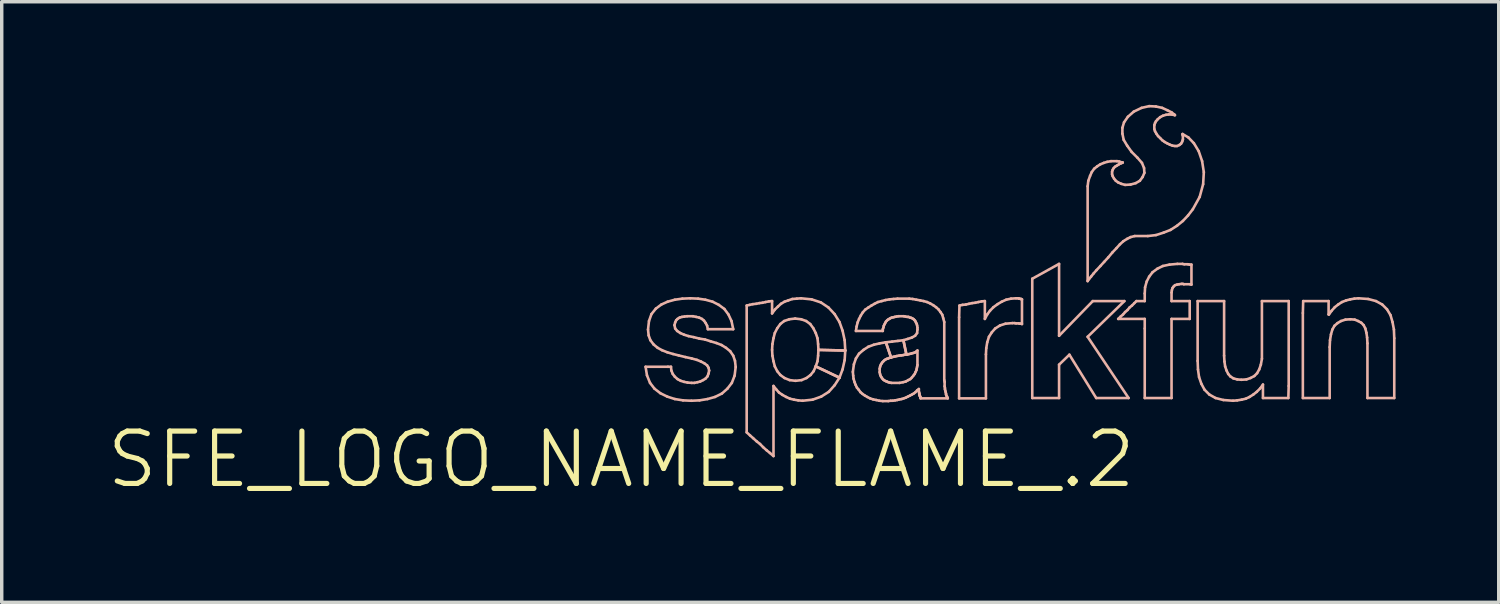
<source format=kicad_pcb>
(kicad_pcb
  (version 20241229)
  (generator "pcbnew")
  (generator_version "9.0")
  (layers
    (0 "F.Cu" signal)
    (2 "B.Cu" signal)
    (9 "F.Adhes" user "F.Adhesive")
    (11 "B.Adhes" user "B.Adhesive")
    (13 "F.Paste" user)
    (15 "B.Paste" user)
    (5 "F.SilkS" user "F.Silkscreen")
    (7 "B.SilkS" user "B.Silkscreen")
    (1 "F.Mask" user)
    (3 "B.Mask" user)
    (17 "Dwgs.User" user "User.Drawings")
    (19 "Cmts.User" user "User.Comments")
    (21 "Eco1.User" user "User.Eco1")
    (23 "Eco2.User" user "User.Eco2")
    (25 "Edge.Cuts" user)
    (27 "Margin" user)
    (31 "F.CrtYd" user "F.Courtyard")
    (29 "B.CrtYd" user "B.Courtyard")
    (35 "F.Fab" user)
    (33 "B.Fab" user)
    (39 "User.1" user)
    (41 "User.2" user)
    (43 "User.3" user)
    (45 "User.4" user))
  (footprint "SFE_LOGO_NAME_FLAME_.2"
    (layer "F.Cu")
    (at 15.022 10.317)
    (property "Reference" "SFE_LOGO_NAME_FLAME_.2" (at 0 0 0) (layer "F.SilkS") (effects (font (size 1.524 1.524) (thickness 0.15))))
    (attr exclude_from_pos_files exclude_from_bom)
    (fp_line (start 0.709 -2.697) (end 1.359 -2.697) (stroke (width 0.076) (type solid)) (layer "B.SilkS"))
    (fp_line (start 0.749 -2.449) (end 0.709 -2.697) (stroke (width 0.076) (type solid)) (layer "B.SilkS"))
    (fp_line (start 0.78 -3.78) (end 0.808 -4.028) (stroke (width 0.076) (type solid)) (layer "B.SilkS"))
    (fp_line (start 0.798 -3.609) (end 0.78 -3.78) (stroke (width 0.076) (type solid)) (layer "B.SilkS"))
    (fp_line (start 0.808 -4.028) (end 0.879 -4.229) (stroke (width 0.076) (type solid)) (layer "B.SilkS"))
    (fp_line (start 0.838 -2.228) (end 0.749 -2.449) (stroke (width 0.076) (type solid)) (layer "B.SilkS"))
    (fp_line (start 0.848 -3.47) (end 0.798 -3.609) (stroke (width 0.076) (type solid)) (layer "B.SilkS"))
    (fp_line (start 0.879 -4.229) (end 1.008 -4.389) (stroke (width 0.076) (type solid)) (layer "B.SilkS"))
    (fp_line (start 0.94 -3.348) (end 0.848 -3.47) (stroke (width 0.076) (type solid)) (layer "B.SilkS"))
    (fp_line (start 0.968 -2.06) (end 0.838 -2.228) (stroke (width 0.076) (type solid)) (layer "B.SilkS"))
    (fp_line (start 1.008 -4.389) (end 1.168 -4.508) (stroke (width 0.076) (type solid)) (layer "B.SilkS"))
    (fp_line (start 1.059 -3.249) (end 0.94 -3.348) (stroke (width 0.076) (type solid)) (layer "B.SilkS"))
    (fp_line (start 1.138 -1.928) (end 0.968 -2.06) (stroke (width 0.076) (type solid)) (layer "B.SilkS"))
    (fp_line (start 1.168 -4.508) (end 1.349 -4.59) (stroke (width 0.076) (type solid)) (layer "B.SilkS"))
    (fp_line (start 1.189 -3.178) (end 1.059 -3.249) (stroke (width 0.076) (type solid)) (layer "B.SilkS"))
    (fp_line (start 1.339 -3.119) (end 1.189 -3.178) (stroke (width 0.076) (type solid)) (layer "B.SilkS"))
    (fp_line (start 1.339 -1.829) (end 1.138 -1.928) (stroke (width 0.076) (type solid)) (layer "B.SilkS"))
    (fp_line (start 1.349 -4.59) (end 1.56 -4.648) (stroke (width 0.076) (type solid)) (layer "B.SilkS"))
    (fp_line (start 1.359 -2.697) (end 1.448 -2.697) (stroke (width 0.076) (type solid)) (layer "B.SilkS"))
    (fp_line (start 1.448 -2.697) (end 1.458 -2.588) (stroke (width 0.076) (type solid)) (layer "B.SilkS"))
    (fp_line (start 1.458 -2.588) (end 1.499 -2.489) (stroke (width 0.076) (type solid)) (layer "B.SilkS"))
    (fp_line (start 1.499 -2.489) (end 1.56 -2.408) (stroke (width 0.076) (type solid)) (layer "B.SilkS"))
    (fp_line (start 1.509 -3.068) (end 1.339 -3.119) (stroke (width 0.076) (type solid)) (layer "B.SilkS"))
    (fp_line (start 1.549 -3.909) (end 1.57 -3.81) (stroke (width 0.076) (type solid)) (layer "B.SilkS"))
    (fp_line (start 1.56 -4.648) (end 1.778 -4.679) (stroke (width 0.076) (type solid)) (layer "B.SilkS"))
    (fp_line (start 1.56 -2.408) (end 1.638 -2.339) (stroke (width 0.076) (type solid)) (layer "B.SilkS"))
    (fp_line (start 1.56 -1.758) (end 1.339 -1.829) (stroke (width 0.076) (type solid)) (layer "B.SilkS"))
    (fp_line (start 1.57 -3.988) (end 1.549 -3.909) (stroke (width 0.076) (type solid)) (layer "B.SilkS"))
    (fp_line (start 1.57 -3.81) (end 1.628 -3.739) (stroke (width 0.076) (type solid)) (layer "B.SilkS"))
    (fp_line (start 1.598 -4.049) (end 1.57 -3.988) (stroke (width 0.076) (type solid)) (layer "B.SilkS"))
    (fp_line (start 1.628 -3.739) (end 1.72 -3.678) (stroke (width 0.076) (type solid)) (layer "B.SilkS"))
    (fp_line (start 1.638 -4.089) (end 1.598 -4.049) (stroke (width 0.076) (type solid)) (layer "B.SilkS"))
    (fp_line (start 1.638 -2.339) (end 1.73 -2.289) (stroke (width 0.076) (type solid)) (layer "B.SilkS"))
    (fp_line (start 1.669 -3.028) (end 1.509 -3.068) (stroke (width 0.076) (type solid)) (layer "B.SilkS"))
    (fp_line (start 1.699 -4.128) (end 1.638 -4.089) (stroke (width 0.076) (type solid)) (layer "B.SilkS"))
    (fp_line (start 1.72 -3.678) (end 1.829 -3.63) (stroke (width 0.076) (type solid)) (layer "B.SilkS"))
    (fp_line (start 1.73 -2.289) (end 1.829 -2.258) (stroke (width 0.076) (type solid)) (layer "B.SilkS"))
    (fp_line (start 1.768 -4.148) (end 1.699 -4.128) (stroke (width 0.076) (type solid)) (layer "B.SilkS"))
    (fp_line (start 1.778 -4.679) (end 2.009 -4.689) (stroke (width 0.076) (type solid)) (layer "B.SilkS"))
    (fp_line (start 1.798 -1.72) (end 1.56 -1.758) (stroke (width 0.076) (type solid)) (layer "B.SilkS"))
    (fp_line (start 1.829 -3.63) (end 1.958 -3.589) (stroke (width 0.076) (type solid)) (layer "B.SilkS"))
    (fp_line (start 1.829 -2.258) (end 1.928 -2.238) (stroke (width 0.076) (type solid)) (layer "B.SilkS"))
    (fp_line (start 1.839 -4.158) (end 1.768 -4.148) (stroke (width 0.076) (type solid)) (layer "B.SilkS"))
    (fp_line (start 1.869 -2.979) (end 1.669 -3.028) (stroke (width 0.076) (type solid)) (layer "B.SilkS"))
    (fp_line (start 1.918 -4.168) (end 1.839 -4.158) (stroke (width 0.076) (type solid)) (layer "B.SilkS"))
    (fp_line (start 1.928 -2.238) (end 2.05 -2.228) (stroke (width 0.076) (type solid)) (layer "B.SilkS"))
    (fp_line (start 1.958 -3.589) (end 2.108 -3.559) (stroke (width 0.076) (type solid)) (layer "B.SilkS"))
    (fp_line (start 2.009 -4.689) (end 2.238 -4.679) (stroke (width 0.076) (type solid)) (layer "B.SilkS"))
    (fp_line (start 2.04 -1.709) (end 1.798 -1.72) (stroke (width 0.076) (type solid)) (layer "B.SilkS"))
    (fp_line (start 2.05 -2.939) (end 1.869 -2.979) (stroke (width 0.076) (type solid)) (layer "B.SilkS"))
    (fp_line (start 2.05 -2.228) (end 2.129 -2.228) (stroke (width 0.076) (type solid)) (layer "B.SilkS"))
    (fp_line (start 2.088 -4.168) (end 1.918 -4.168) (stroke (width 0.076) (type solid)) (layer "B.SilkS"))
    (fp_line (start 2.108 -3.559) (end 2.268 -3.518) (stroke (width 0.076) (type solid)) (layer "B.SilkS"))
    (fp_line (start 2.129 -2.228) (end 2.22 -2.248) (stroke (width 0.076) (type solid)) (layer "B.SilkS"))
    (fp_line (start 2.179 -4.148) (end 2.088 -4.168) (stroke (width 0.076) (type solid)) (layer "B.SilkS"))
    (fp_line (start 2.2 -2.898) (end 2.05 -2.939) (stroke (width 0.076) (type solid)) (layer "B.SilkS"))
    (fp_line (start 2.22 -2.248) (end 2.299 -2.268) (stroke (width 0.076) (type solid)) (layer "B.SilkS"))
    (fp_line (start 2.238 -4.679) (end 2.449 -4.648) (stroke (width 0.076) (type solid)) (layer "B.SilkS"))
    (fp_line (start 2.268 -4.128) (end 2.179 -4.148) (stroke (width 0.076) (type solid)) (layer "B.SilkS"))
    (fp_line (start 2.268 -3.518) (end 2.438 -3.49) (stroke (width 0.076) (type solid)) (layer "B.SilkS"))
    (fp_line (start 2.278 -1.72) (end 2.04 -1.709) (stroke (width 0.076) (type solid)) (layer "B.SilkS"))
    (fp_line (start 2.299 -2.268) (end 2.38 -2.309) (stroke (width 0.076) (type solid)) (layer "B.SilkS"))
    (fp_line (start 2.319 -2.85) (end 2.2 -2.898) (stroke (width 0.076) (type solid)) (layer "B.SilkS"))
    (fp_line (start 2.349 -4.089) (end 2.268 -4.128) (stroke (width 0.076) (type solid)) (layer "B.SilkS"))
    (fp_line (start 2.38 -2.309) (end 2.449 -2.349) (stroke (width 0.076) (type solid)) (layer "B.SilkS"))
    (fp_line (start 2.408 -4.039) (end 2.349 -4.089) (stroke (width 0.076) (type solid)) (layer "B.SilkS"))
    (fp_line (start 2.418 -2.799) (end 2.319 -2.85) (stroke (width 0.076) (type solid)) (layer "B.SilkS"))
    (fp_line (start 2.438 -3.49) (end 2.598 -3.439) (stroke (width 0.076) (type solid)) (layer "B.SilkS"))
    (fp_line (start 2.449 -4.648) (end 2.659 -4.59) (stroke (width 0.076) (type solid)) (layer "B.SilkS"))
    (fp_line (start 2.449 -2.349) (end 2.51 -2.418) (stroke (width 0.076) (type solid)) (layer "B.SilkS"))
    (fp_line (start 2.459 -3.967) (end 2.408 -4.039) (stroke (width 0.076) (type solid)) (layer "B.SilkS"))
    (fp_line (start 2.499 -3.889) (end 2.459 -3.967) (stroke (width 0.076) (type solid)) (layer "B.SilkS"))
    (fp_line (start 2.499 -2.738) (end 2.418 -2.799) (stroke (width 0.076) (type solid)) (layer "B.SilkS"))
    (fp_line (start 2.51 -2.418) (end 2.54 -2.499) (stroke (width 0.076) (type solid)) (layer "B.SilkS"))
    (fp_line (start 2.51 -1.758) (end 2.278 -1.72) (stroke (width 0.076) (type solid)) (layer "B.SilkS"))
    (fp_line (start 2.52 -3.79) (end 2.499 -3.889) (stroke (width 0.076) (type solid)) (layer "B.SilkS"))
    (fp_line (start 2.54 -2.67) (end 2.499 -2.738) (stroke (width 0.076) (type solid)) (layer "B.SilkS"))
    (fp_line (start 2.54 -2.499) (end 2.558 -2.588) (stroke (width 0.076) (type solid)) (layer "B.SilkS"))
    (fp_line (start 2.558 -2.588) (end 2.54 -2.67) (stroke (width 0.076) (type solid)) (layer "B.SilkS"))
    (fp_line (start 2.598 -3.439) (end 2.769 -3.388) (stroke (width 0.076) (type solid)) (layer "B.SilkS"))
    (fp_line (start 2.659 -4.59) (end 2.84 -4.498) (stroke (width 0.076) (type solid)) (layer "B.SilkS"))
    (fp_line (start 2.728 -1.819) (end 2.51 -1.758) (stroke (width 0.076) (type solid)) (layer "B.SilkS"))
    (fp_line (start 2.769 -3.388) (end 2.918 -3.33) (stroke (width 0.076) (type solid)) (layer "B.SilkS"))
    (fp_line (start 2.84 -4.498) (end 3 -4.379) (stroke (width 0.076) (type solid)) (layer "B.SilkS"))
    (fp_line (start 2.918 -3.33) (end 3.048 -3.249) (stroke (width 0.076) (type solid)) (layer "B.SilkS"))
    (fp_line (start 2.929 -1.918) (end 2.728 -1.819) (stroke (width 0.076) (type solid)) (layer "B.SilkS"))
    (fp_line (start 3 -4.379) (end 3.119 -4.219) (stroke (width 0.076) (type solid)) (layer "B.SilkS"))
    (fp_line (start 3.048 -3.249) (end 3.17 -3.15) (stroke (width 0.076) (type solid)) (layer "B.SilkS"))
    (fp_line (start 3.089 -2.06) (end 2.929 -1.918) (stroke (width 0.076) (type solid)) (layer "B.SilkS"))
    (fp_line (start 3.119 -4.219) (end 3.208 -4.028) (stroke (width 0.076) (type solid)) (layer "B.SilkS"))
    (fp_line (start 3.17 -3.15) (end 3.259 -3.018) (stroke (width 0.076) (type solid)) (layer "B.SilkS"))
    (fp_line (start 3.208 -4.028) (end 3.259 -3.79) (stroke (width 0.076) (type solid)) (layer "B.SilkS"))
    (fp_line (start 3.218 -2.228) (end 3.089 -2.06) (stroke (width 0.076) (type solid)) (layer "B.SilkS"))
    (fp_line (start 3.259 -3.79) (end 2.52 -3.79) (stroke (width 0.076) (type solid)) (layer "B.SilkS"))
    (fp_line (start 3.259 -3.018) (end 3.31 -2.868) (stroke (width 0.076) (type solid)) (layer "B.SilkS"))
    (fp_line (start 3.299 -2.438) (end 3.218 -2.228) (stroke (width 0.076) (type solid)) (layer "B.SilkS"))
    (fp_line (start 3.31 -2.868) (end 3.33 -2.69) (stroke (width 0.076) (type solid)) (layer "B.SilkS"))
    (fp_line (start 3.33 -2.69) (end 3.299 -2.438) (stroke (width 0.076) (type solid)) (layer "B.SilkS"))
    (fp_line (start 3.65 -4.478) (end 3.739 -4.498) (stroke (width 0.076) (type solid)) (layer "B.SilkS"))
    (fp_line (start 3.65 -0.79) (end 3.65 -4.478) (stroke (width 0.076) (type solid)) (layer "B.SilkS"))
    (fp_line (start 3.739 -4.498) (end 3.828 -4.519) (stroke (width 0.076) (type solid)) (layer "B.SilkS"))
    (fp_line (start 3.749 -0.699) (end 3.65 -0.79) (stroke (width 0.076) (type solid)) (layer "B.SilkS"))
    (fp_line (start 3.828 -4.519) (end 3.929 -4.529) (stroke (width 0.076) (type solid)) (layer "B.SilkS"))
    (fp_line (start 3.838 -0.62) (end 3.749 -0.699) (stroke (width 0.076) (type solid)) (layer "B.SilkS"))
    (fp_line (start 3.929 -4.529) (end 4.018 -4.549) (stroke (width 0.076) (type solid)) (layer "B.SilkS"))
    (fp_line (start 3.94 -0.528) (end 3.838 -0.62) (stroke (width 0.076) (type solid)) (layer "B.SilkS"))
    (fp_line (start 4.018 -4.549) (end 4.11 -4.559) (stroke (width 0.076) (type solid)) (layer "B.SilkS"))
    (fp_line (start 4.039 -0.45) (end 3.94 -0.528) (stroke (width 0.076) (type solid)) (layer "B.SilkS"))
    (fp_line (start 4.11 -4.559) (end 4.199 -4.58) (stroke (width 0.076) (type solid)) (layer "B.SilkS"))
    (fp_line (start 4.128 -0.358) (end 4.039 -0.45) (stroke (width 0.076) (type solid)) (layer "B.SilkS"))
    (fp_line (start 4.199 -4.58) (end 4.298 -4.6) (stroke (width 0.076) (type solid)) (layer "B.SilkS"))
    (fp_line (start 4.229 -0.269) (end 4.128 -0.358) (stroke (width 0.076) (type solid)) (layer "B.SilkS"))
    (fp_line (start 4.298 -4.6) (end 4.389 -4.608) (stroke (width 0.076) (type solid)) (layer "B.SilkS"))
    (fp_line (start 4.328 -0.188) (end 4.229 -0.269) (stroke (width 0.076) (type solid)) (layer "B.SilkS"))
    (fp_line (start 4.389 -4.608) (end 4.389 -4.249) (stroke (width 0.076) (type solid)) (layer "B.SilkS"))
    (fp_line (start 4.389 -4.249) (end 4.468 -4.359) (stroke (width 0.076) (type solid)) (layer "B.SilkS"))
    (fp_line (start 4.389 -3.188) (end 4.399 -3.018) (stroke (width 0.076) (type solid)) (layer "B.SilkS"))
    (fp_line (start 4.399 -3.358) (end 4.389 -3.188) (stroke (width 0.076) (type solid)) (layer "B.SilkS"))
    (fp_line (start 4.399 -3.018) (end 4.43 -2.857) (stroke (width 0.076) (type solid)) (layer "B.SilkS"))
    (fp_line (start 4.43 -3.528) (end 4.399 -3.358) (stroke (width 0.076) (type solid)) (layer "B.SilkS"))
    (fp_line (start 4.43 -2.857) (end 4.468 -2.708) (stroke (width 0.076) (type solid)) (layer "B.SilkS"))
    (fp_line (start 4.43 -2.139) (end 4.43 -0.099) (stroke (width 0.076) (type solid)) (layer "B.SilkS"))
    (fp_line (start 4.43 -0.099) (end 4.328 -0.188) (stroke (width 0.076) (type solid)) (layer "B.SilkS"))
    (fp_line (start 4.468 -4.359) (end 4.559 -4.448) (stroke (width 0.076) (type solid)) (layer "B.SilkS"))
    (fp_line (start 4.468 -3.678) (end 4.43 -3.528) (stroke (width 0.076) (type solid)) (layer "B.SilkS"))
    (fp_line (start 4.468 -2.708) (end 4.539 -2.568) (stroke (width 0.076) (type solid)) (layer "B.SilkS"))
    (fp_line (start 4.508 -2.04) (end 4.43 -2.139) (stroke (width 0.076) (type solid)) (layer "B.SilkS"))
    (fp_line (start 4.539 -3.818) (end 4.468 -3.678) (stroke (width 0.076) (type solid)) (layer "B.SilkS"))
    (fp_line (start 4.539 -2.568) (end 4.628 -2.459) (stroke (width 0.076) (type solid)) (layer "B.SilkS"))
    (fp_line (start 4.559 -4.448) (end 4.648 -4.529) (stroke (width 0.076) (type solid)) (layer "B.SilkS"))
    (fp_line (start 4.59 -1.948) (end 4.508 -2.04) (stroke (width 0.076) (type solid)) (layer "B.SilkS"))
    (fp_line (start 4.628 -3.94) (end 4.539 -3.818) (stroke (width 0.076) (type solid)) (layer "B.SilkS"))
    (fp_line (start 4.628 -2.459) (end 4.75 -2.37) (stroke (width 0.076) (type solid)) (layer "B.SilkS"))
    (fp_line (start 4.648 -4.529) (end 4.75 -4.59) (stroke (width 0.076) (type solid)) (layer "B.SilkS"))
    (fp_line (start 4.689 -1.88) (end 4.59 -1.948) (stroke (width 0.076) (type solid)) (layer "B.SilkS"))
    (fp_line (start 4.74 -4.028) (end 4.628 -3.94) (stroke (width 0.076) (type solid)) (layer "B.SilkS"))
    (fp_line (start 4.75 -4.59) (end 4.859 -4.628) (stroke (width 0.076) (type solid)) (layer "B.SilkS"))
    (fp_line (start 4.75 -2.37) (end 4.9 -2.309) (stroke (width 0.076) (type solid)) (layer "B.SilkS"))
    (fp_line (start 4.798 -1.819) (end 4.689 -1.88) (stroke (width 0.076) (type solid)) (layer "B.SilkS"))
    (fp_line (start 4.859 -4.628) (end 4.978 -4.669) (stroke (width 0.076) (type solid)) (layer "B.SilkS"))
    (fp_line (start 4.889 -4.079) (end 4.74 -4.028) (stroke (width 0.076) (type solid)) (layer "B.SilkS"))
    (fp_line (start 4.9 -2.309) (end 5.07 -2.289) (stroke (width 0.076) (type solid)) (layer "B.SilkS"))
    (fp_line (start 4.91 -1.768) (end 4.798 -1.819) (stroke (width 0.076) (type solid)) (layer "B.SilkS"))
    (fp_line (start 4.978 -4.669) (end 5.108 -4.679) (stroke (width 0.076) (type solid)) (layer "B.SilkS"))
    (fp_line (start 5.029 -1.74) (end 4.91 -1.768) (stroke (width 0.076) (type solid)) (layer "B.SilkS"))
    (fp_line (start 5.06 -4.1) (end 4.889 -4.079) (stroke (width 0.076) (type solid)) (layer "B.SilkS"))
    (fp_line (start 5.07 -2.289) (end 5.248 -2.309) (stroke (width 0.076) (type solid)) (layer "B.SilkS"))
    (fp_line (start 5.108 -4.679) (end 5.23 -4.689) (stroke (width 0.076) (type solid)) (layer "B.SilkS"))
    (fp_line (start 5.149 -1.72) (end 5.029 -1.74) (stroke (width 0.076) (type solid)) (layer "B.SilkS"))
    (fp_line (start 5.23 -4.689) (end 5.54 -4.658) (stroke (width 0.076) (type solid)) (layer "B.SilkS"))
    (fp_line (start 5.237 -4.079) (end 5.06 -4.1) (stroke (width 0.076) (type solid)) (layer "B.SilkS"))
    (fp_line (start 5.248 -2.309) (end 5.39 -2.37) (stroke (width 0.076) (type solid)) (layer "B.SilkS"))
    (fp_line (start 5.278 -1.709) (end 5.149 -1.72) (stroke (width 0.076) (type solid)) (layer "B.SilkS"))
    (fp_line (start 5.38 -4.028) (end 5.237 -4.079) (stroke (width 0.076) (type solid)) (layer "B.SilkS"))
    (fp_line (start 5.39 -2.37) (end 5.509 -2.459) (stroke (width 0.076) (type solid)) (layer "B.SilkS"))
    (fp_line (start 5.499 -3.94) (end 5.38 -4.028) (stroke (width 0.076) (type solid)) (layer "B.SilkS"))
    (fp_line (start 5.509 -2.459) (end 5.598 -2.568) (stroke (width 0.076) (type solid)) (layer "B.SilkS"))
    (fp_line (start 5.54 -4.658) (end 5.809 -4.569) (stroke (width 0.076) (type solid)) (layer "B.SilkS"))
    (fp_line (start 5.568 -1.74) (end 5.278 -1.709) (stroke (width 0.076) (type solid)) (layer "B.SilkS"))
    (fp_line (start 5.588 -3.818) (end 5.499 -3.94) (stroke (width 0.076) (type solid)) (layer "B.SilkS"))
    (fp_line (start 5.598 -2.568) (end 5.659 -2.708) (stroke (width 0.076) (type solid)) (layer "B.SilkS"))
    (fp_line (start 5.659 -3.678) (end 5.588 -3.818) (stroke (width 0.076) (type solid)) (layer "B.SilkS"))
    (fp_line (start 5.659 -2.708) (end 5.71 -2.857) (stroke (width 0.076) (type solid)) (layer "B.SilkS"))
    (fp_line (start 5.659 -2.708) (end 6.35 -2.38) (stroke (width 0.076) (type solid)) (layer "B.SilkS"))
    (fp_line (start 5.71 -3.528) (end 5.659 -3.678) (stroke (width 0.076) (type solid)) (layer "B.SilkS"))
    (fp_line (start 5.71 -2.857) (end 5.728 -3.018) (stroke (width 0.076) (type solid)) (layer "B.SilkS"))
    (fp_line (start 5.728 -3.358) (end 5.71 -3.528) (stroke (width 0.076) (type solid)) (layer "B.SilkS"))
    (fp_line (start 5.728 -3.018) (end 5.738 -3.188) (stroke (width 0.076) (type solid)) (layer "B.SilkS"))
    (fp_line (start 5.738 -3.188) (end 5.728 -3.358) (stroke (width 0.076) (type solid)) (layer "B.SilkS"))
    (fp_line (start 5.738 -3.188) (end 6.518 -3.17) (stroke (width 0.076) (type solid)) (layer "B.SilkS"))
    (fp_line (start 5.809 -4.569) (end 6.03 -4.42) (stroke (width 0.076) (type solid)) (layer "B.SilkS"))
    (fp_line (start 5.819 -1.829) (end 5.568 -1.74) (stroke (width 0.076) (type solid)) (layer "B.SilkS"))
    (fp_line (start 6.03 -4.42) (end 6.208 -4.229) (stroke (width 0.076) (type solid)) (layer "B.SilkS"))
    (fp_line (start 6.038 -1.968) (end 5.819 -1.829) (stroke (width 0.076) (type solid)) (layer "B.SilkS"))
    (fp_line (start 6.208 -4.229) (end 6.35 -3.998) (stroke (width 0.076) (type solid)) (layer "B.SilkS"))
    (fp_line (start 6.208 -2.159) (end 6.038 -1.968) (stroke (width 0.076) (type solid)) (layer "B.SilkS"))
    (fp_line (start 6.35 -3.998) (end 6.439 -3.749) (stroke (width 0.076) (type solid)) (layer "B.SilkS"))
    (fp_line (start 6.35 -2.38) (end 5.659 -2.708) (stroke (width 0.076) (type solid)) (layer "B.SilkS"))
    (fp_line (start 6.35 -2.38) (end 6.208 -2.159) (stroke (width 0.076) (type solid)) (layer "B.SilkS"))
    (fp_line (start 6.439 -3.749) (end 6.5 -3.47) (stroke (width 0.076) (type solid)) (layer "B.SilkS"))
    (fp_line (start 6.439 -2.619) (end 6.35 -2.38) (stroke (width 0.076) (type solid)) (layer "B.SilkS"))
    (fp_line (start 6.5 -3.47) (end 6.518 -3.17) (stroke (width 0.076) (type solid)) (layer "B.SilkS"))
    (fp_line (start 6.5 -2.888) (end 6.439 -2.619) (stroke (width 0.076) (type solid)) (layer "B.SilkS"))
    (fp_line (start 6.518 -3.17) (end 5.738 -3.188) (stroke (width 0.076) (type solid)) (layer "B.SilkS"))
    (fp_line (start 6.518 -3.17) (end 6.5 -2.888) (stroke (width 0.076) (type solid)) (layer "B.SilkS"))
    (fp_line (start 6.739 -2.548) (end 6.769 -2.769) (stroke (width 0.076) (type solid)) (layer "B.SilkS"))
    (fp_line (start 6.749 -2.438) (end 6.739 -2.548) (stroke (width 0.076) (type solid)) (layer "B.SilkS"))
    (fp_line (start 6.759 -2.349) (end 6.749 -2.438) (stroke (width 0.076) (type solid)) (layer "B.SilkS"))
    (fp_line (start 6.769 -2.769) (end 6.828 -2.939) (stroke (width 0.076) (type solid)) (layer "B.SilkS"))
    (fp_line (start 6.789 -2.248) (end 6.759 -2.349) (stroke (width 0.076) (type solid)) (layer "B.SilkS"))
    (fp_line (start 6.82 -2.169) (end 6.789 -2.248) (stroke (width 0.076) (type solid)) (layer "B.SilkS"))
    (fp_line (start 6.828 -3.739) (end 6.848 -3.868) (stroke (width 0.076) (type solid)) (layer "B.SilkS"))
    (fp_line (start 6.828 -2.939) (end 6.919 -3.078) (stroke (width 0.076) (type solid)) (layer "B.SilkS"))
    (fp_line (start 6.848 -3.868) (end 6.878 -3.988) (stroke (width 0.076) (type solid)) (layer "B.SilkS"))
    (fp_line (start 6.858 -2.088) (end 6.82 -2.169) (stroke (width 0.076) (type solid)) (layer "B.SilkS"))
    (fp_line (start 6.878 -3.988) (end 6.919 -4.089) (stroke (width 0.076) (type solid)) (layer "B.SilkS"))
    (fp_line (start 6.909 -2.029) (end 6.858 -2.088) (stroke (width 0.076) (type solid)) (layer "B.SilkS"))
    (fp_line (start 6.919 -4.089) (end 6.97 -4.188) (stroke (width 0.076) (type solid)) (layer "B.SilkS"))
    (fp_line (start 6.919 -3.078) (end 7.048 -3.188) (stroke (width 0.076) (type solid)) (layer "B.SilkS"))
    (fp_line (start 6.96 -1.958) (end 6.909 -2.029) (stroke (width 0.076) (type solid)) (layer "B.SilkS"))
    (fp_line (start 6.97 -4.188) (end 7.028 -4.28) (stroke (width 0.076) (type solid)) (layer "B.SilkS"))
    (fp_line (start 7.018 -1.908) (end 6.96 -1.958) (stroke (width 0.076) (type solid)) (layer "B.SilkS"))
    (fp_line (start 7.028 -4.28) (end 7.099 -4.359) (stroke (width 0.076) (type solid)) (layer "B.SilkS"))
    (fp_line (start 7.048 -3.188) (end 7.188 -3.279) (stroke (width 0.076) (type solid)) (layer "B.SilkS"))
    (fp_line (start 7.089 -1.859) (end 7.018 -1.908) (stroke (width 0.076) (type solid)) (layer "B.SilkS"))
    (fp_line (start 7.099 -4.359) (end 7.188 -4.42) (stroke (width 0.076) (type solid)) (layer "B.SilkS"))
    (fp_line (start 7.158 -1.819) (end 7.089 -1.859) (stroke (width 0.076) (type solid)) (layer "B.SilkS"))
    (fp_line (start 7.188 -4.42) (end 7.28 -4.478) (stroke (width 0.076) (type solid)) (layer "B.SilkS"))
    (fp_line (start 7.188 -3.279) (end 7.348 -3.338) (stroke (width 0.076) (type solid)) (layer "B.SilkS"))
    (fp_line (start 7.239 -1.778) (end 7.158 -1.819) (stroke (width 0.076) (type solid)) (layer "B.SilkS"))
    (fp_line (start 7.28 -4.478) (end 7.369 -4.529) (stroke (width 0.076) (type solid)) (layer "B.SilkS"))
    (fp_line (start 7.328 -1.748) (end 7.239 -1.778) (stroke (width 0.076) (type solid)) (layer "B.SilkS"))
    (fp_line (start 7.348 -3.338) (end 7.518 -3.378) (stroke (width 0.076) (type solid)) (layer "B.SilkS"))
    (fp_line (start 7.369 -4.529) (end 7.468 -4.58) (stroke (width 0.076) (type solid)) (layer "B.SilkS"))
    (fp_line (start 7.419 -1.73) (end 7.328 -1.748) (stroke (width 0.076) (type solid)) (layer "B.SilkS"))
    (fp_line (start 7.468 -4.58) (end 7.579 -4.608) (stroke (width 0.076) (type solid)) (layer "B.SilkS"))
    (fp_line (start 7.508 -1.709) (end 7.419 -1.73) (stroke (width 0.076) (type solid)) (layer "B.SilkS"))
    (fp_line (start 7.518 -3.378) (end 7.699 -3.409) (stroke (width 0.076) (type solid)) (layer "B.SilkS"))
    (fp_line (start 7.518 -2.639) (end 7.518 -2.54) (stroke (width 0.076) (type solid)) (layer "B.SilkS"))
    (fp_line (start 7.518 -2.54) (end 7.529 -2.489) (stroke (width 0.076) (type solid)) (layer "B.SilkS"))
    (fp_line (start 7.529 -2.69) (end 7.518 -2.639) (stroke (width 0.076) (type solid)) (layer "B.SilkS"))
    (fp_line (start 7.529 -2.489) (end 7.539 -2.449) (stroke (width 0.076) (type solid)) (layer "B.SilkS"))
    (fp_line (start 7.539 -2.728) (end 7.529 -2.69) (stroke (width 0.076) (type solid)) (layer "B.SilkS"))
    (fp_line (start 7.539 -2.449) (end 7.559 -2.408) (stroke (width 0.076) (type solid)) (layer "B.SilkS"))
    (fp_line (start 7.559 -2.769) (end 7.539 -2.728) (stroke (width 0.076) (type solid)) (layer "B.SilkS"))
    (fp_line (start 7.559 -2.408) (end 7.579 -2.38) (stroke (width 0.076) (type solid)) (layer "B.SilkS"))
    (fp_line (start 7.579 -4.608) (end 7.689 -4.638) (stroke (width 0.076) (type solid)) (layer "B.SilkS"))
    (fp_line (start 7.579 -2.799) (end 7.559 -2.769) (stroke (width 0.076) (type solid)) (layer "B.SilkS"))
    (fp_line (start 7.579 -2.38) (end 7.6 -2.349) (stroke (width 0.076) (type solid)) (layer "B.SilkS"))
    (fp_line (start 7.6 -2.83) (end 7.579 -2.799) (stroke (width 0.076) (type solid)) (layer "B.SilkS"))
    (fp_line (start 7.6 -2.349) (end 7.628 -2.319) (stroke (width 0.076) (type solid)) (layer "B.SilkS"))
    (fp_line (start 7.61 -3.79) (end 7.61 -3.739) (stroke (width 0.076) (type solid)) (layer "B.SilkS"))
    (fp_line (start 7.61 -3.739) (end 6.828 -3.739) (stroke (width 0.076) (type solid)) (layer "B.SilkS"))
    (fp_line (start 7.61 -1.699) (end 7.508 -1.709) (stroke (width 0.076) (type solid)) (layer "B.SilkS"))
    (fp_line (start 7.628 -3.838) (end 7.61 -3.79) (stroke (width 0.076) (type solid)) (layer "B.SilkS"))
    (fp_line (start 7.628 -2.857) (end 7.6 -2.83) (stroke (width 0.076) (type solid)) (layer "B.SilkS"))
    (fp_line (start 7.628 -2.319) (end 7.658 -2.299) (stroke (width 0.076) (type solid)) (layer "B.SilkS"))
    (fp_line (start 7.638 -3.889) (end 7.628 -3.838) (stroke (width 0.076) (type solid)) (layer "B.SilkS"))
    (fp_line (start 7.658 -3.929) (end 7.638 -3.889) (stroke (width 0.076) (type solid)) (layer "B.SilkS"))
    (fp_line (start 7.658 -2.888) (end 7.628 -2.857) (stroke (width 0.076) (type solid)) (layer "B.SilkS"))
    (fp_line (start 7.658 -2.299) (end 7.699 -2.278) (stroke (width 0.076) (type solid)) (layer "B.SilkS"))
    (fp_line (start 7.678 -3.967) (end 7.658 -3.929) (stroke (width 0.076) (type solid)) (layer "B.SilkS"))
    (fp_line (start 7.689 -4.638) (end 7.808 -4.658) (stroke (width 0.076) (type solid)) (layer "B.SilkS"))
    (fp_line (start 7.689 -2.908) (end 7.658 -2.888) (stroke (width 0.076) (type solid)) (layer "B.SilkS"))
    (fp_line (start 7.699 -4.008) (end 7.678 -3.967) (stroke (width 0.076) (type solid)) (layer "B.SilkS"))
    (fp_line (start 7.699 -3.409) (end 7.849 -2.969) (stroke (width 0.076) (type solid)) (layer "B.SilkS"))
    (fp_line (start 7.699 -3.409) (end 7.879 -3.429) (stroke (width 0.076) (type solid)) (layer "B.SilkS"))
    (fp_line (start 7.699 -2.278) (end 7.729 -2.268) (stroke (width 0.076) (type solid)) (layer "B.SilkS"))
    (fp_line (start 7.729 -4.039) (end 7.699 -4.008) (stroke (width 0.076) (type solid)) (layer "B.SilkS"))
    (fp_line (start 7.729 -2.929) (end 7.689 -2.908) (stroke (width 0.076) (type solid)) (layer "B.SilkS"))
    (fp_line (start 7.729 -2.268) (end 7.77 -2.248) (stroke (width 0.076) (type solid)) (layer "B.SilkS"))
    (fp_line (start 7.76 -4.069) (end 7.729 -4.039) (stroke (width 0.076) (type solid)) (layer "B.SilkS"))
    (fp_line (start 7.77 -2.939) (end 7.729 -2.929) (stroke (width 0.076) (type solid)) (layer "B.SilkS"))
    (fp_line (start 7.77 -2.248) (end 7.808 -2.238) (stroke (width 0.076) (type solid)) (layer "B.SilkS"))
    (fp_line (start 7.77 -1.699) (end 7.61 -1.699) (stroke (width 0.076) (type solid)) (layer "B.SilkS"))
    (fp_line (start 7.798 -4.089) (end 7.76 -4.069) (stroke (width 0.076) (type solid)) (layer "B.SilkS"))
    (fp_line (start 7.808 -4.658) (end 7.92 -4.669) (stroke (width 0.076) (type solid)) (layer "B.SilkS"))
    (fp_line (start 7.808 -2.959) (end 7.77 -2.939) (stroke (width 0.076) (type solid)) (layer "B.SilkS"))
    (fp_line (start 7.808 -2.238) (end 7.859 -2.228) (stroke (width 0.076) (type solid)) (layer "B.SilkS"))
    (fp_line (start 7.828 -4.11) (end 7.798 -4.089) (stroke (width 0.076) (type solid)) (layer "B.SilkS"))
    (fp_line (start 7.838 -1.709) (end 7.77 -1.699) (stroke (width 0.076) (type solid)) (layer "B.SilkS"))
    (fp_line (start 7.849 -2.969) (end 7.699 -3.409) (stroke (width 0.076) (type solid)) (layer "B.SilkS"))
    (fp_line (start 7.849 -2.969) (end 7.808 -2.959) (stroke (width 0.076) (type solid)) (layer "B.SilkS"))
    (fp_line (start 7.859 -2.228) (end 8.098 -2.228) (stroke (width 0.076) (type solid)) (layer "B.SilkS"))
    (fp_line (start 7.869 -4.128) (end 7.828 -4.11) (stroke (width 0.076) (type solid)) (layer "B.SilkS"))
    (fp_line (start 7.879 -3.429) (end 8.049 -3.449) (stroke (width 0.076) (type solid)) (layer "B.SilkS"))
    (fp_line (start 7.889 -2.979) (end 7.849 -2.969) (stroke (width 0.076) (type solid)) (layer "B.SilkS"))
    (fp_line (start 7.899 -1.709) (end 7.838 -1.709) (stroke (width 0.076) (type solid)) (layer "B.SilkS"))
    (fp_line (start 7.92 -4.669) (end 8.039 -4.679) (stroke (width 0.076) (type solid)) (layer "B.SilkS"))
    (fp_line (start 7.92 -4.138) (end 7.869 -4.128) (stroke (width 0.076) (type solid)) (layer "B.SilkS"))
    (fp_line (start 7.93 -2.99) (end 7.889 -2.979) (stroke (width 0.076) (type solid)) (layer "B.SilkS"))
    (fp_line (start 7.958 -4.148) (end 7.92 -4.138) (stroke (width 0.076) (type solid)) (layer "B.SilkS"))
    (fp_line (start 7.968 -1.72) (end 7.899 -1.709) (stroke (width 0.076) (type solid)) (layer "B.SilkS"))
    (fp_line (start 7.978 -3) (end 7.93 -2.99) (stroke (width 0.076) (type solid)) (layer "B.SilkS"))
    (fp_line (start 8.009 -4.158) (end 7.958 -4.148) (stroke (width 0.076) (type solid)) (layer "B.SilkS"))
    (fp_line (start 8.019 -3.01) (end 7.978 -3) (stroke (width 0.076) (type solid)) (layer "B.SilkS"))
    (fp_line (start 8.029 -1.73) (end 7.968 -1.72) (stroke (width 0.076) (type solid)) (layer "B.SilkS"))
    (fp_line (start 8.039 -4.679) (end 8.379 -4.679) (stroke (width 0.076) (type solid)) (layer "B.SilkS"))
    (fp_line (start 8.049 -3.449) (end 8.209 -3.47) (stroke (width 0.076) (type solid)) (layer "B.SilkS"))
    (fp_line (start 8.07 -4.168) (end 8.009 -4.158) (stroke (width 0.076) (type solid)) (layer "B.SilkS"))
    (fp_line (start 8.07 -3.018) (end 8.019 -3.01) (stroke (width 0.076) (type solid)) (layer "B.SilkS"))
    (fp_line (start 8.098 -2.228) (end 8.199 -2.248) (stroke (width 0.076) (type solid)) (layer "B.SilkS"))
    (fp_line (start 8.098 -1.748) (end 8.029 -1.73) (stroke (width 0.076) (type solid)) (layer "B.SilkS"))
    (fp_line (start 8.118 -3.028) (end 8.07 -3.018) (stroke (width 0.076) (type solid)) (layer "B.SilkS"))
    (fp_line (start 8.158 -3.028) (end 8.118 -3.028) (stroke (width 0.076) (type solid)) (layer "B.SilkS"))
    (fp_line (start 8.158 -1.758) (end 8.098 -1.748) (stroke (width 0.076) (type solid)) (layer "B.SilkS"))
    (fp_line (start 8.199 -2.248) (end 8.278 -2.268) (stroke (width 0.076) (type solid)) (layer "B.SilkS"))
    (fp_line (start 8.209 -3.47) (end 8.298 -3.048) (stroke (width 0.076) (type solid)) (layer "B.SilkS"))
    (fp_line (start 8.209 -3.47) (end 8.339 -3.508) (stroke (width 0.076) (type solid)) (layer "B.SilkS"))
    (fp_line (start 8.209 -3.038) (end 8.158 -3.028) (stroke (width 0.076) (type solid)) (layer "B.SilkS"))
    (fp_line (start 8.219 -4.168) (end 8.07 -4.168) (stroke (width 0.076) (type solid)) (layer "B.SilkS"))
    (fp_line (start 8.219 -1.778) (end 8.158 -1.758) (stroke (width 0.076) (type solid)) (layer "B.SilkS"))
    (fp_line (start 8.25 -3.048) (end 8.209 -3.038) (stroke (width 0.076) (type solid)) (layer "B.SilkS"))
    (fp_line (start 8.268 -4.158) (end 8.219 -4.168) (stroke (width 0.076) (type solid)) (layer "B.SilkS"))
    (fp_line (start 8.278 -2.268) (end 8.349 -2.309) (stroke (width 0.076) (type solid)) (layer "B.SilkS"))
    (fp_line (start 8.278 -1.798) (end 8.219 -1.778) (stroke (width 0.076) (type solid)) (layer "B.SilkS"))
    (fp_line (start 8.298 -3.048) (end 8.209 -3.47) (stroke (width 0.076) (type solid)) (layer "B.SilkS"))
    (fp_line (start 8.298 -3.048) (end 8.25 -3.048) (stroke (width 0.076) (type solid)) (layer "B.SilkS"))
    (fp_line (start 8.319 -4.148) (end 8.268 -4.158) (stroke (width 0.076) (type solid)) (layer "B.SilkS"))
    (fp_line (start 8.339 -3.508) (end 8.458 -3.548) (stroke (width 0.076) (type solid)) (layer "B.SilkS"))
    (fp_line (start 8.339 -3.058) (end 8.298 -3.048) (stroke (width 0.076) (type solid)) (layer "B.SilkS"))
    (fp_line (start 8.339 -1.829) (end 8.278 -1.798) (stroke (width 0.076) (type solid)) (layer "B.SilkS"))
    (fp_line (start 8.349 -2.309) (end 8.41 -2.339) (stroke (width 0.076) (type solid)) (layer "B.SilkS"))
    (fp_line (start 8.359 -4.148) (end 8.319 -4.148) (stroke (width 0.076) (type solid)) (layer "B.SilkS"))
    (fp_line (start 8.379 -4.679) (end 8.479 -4.669) (stroke (width 0.076) (type solid)) (layer "B.SilkS"))
    (fp_line (start 8.379 -3.068) (end 8.339 -3.058) (stroke (width 0.076) (type solid)) (layer "B.SilkS"))
    (fp_line (start 8.4 -4.128) (end 8.359 -4.148) (stroke (width 0.076) (type solid)) (layer "B.SilkS"))
    (fp_line (start 8.4 -1.859) (end 8.339 -1.829) (stroke (width 0.076) (type solid)) (layer "B.SilkS"))
    (fp_line (start 8.41 -2.339) (end 8.458 -2.388) (stroke (width 0.076) (type solid)) (layer "B.SilkS"))
    (fp_line (start 8.428 -3.078) (end 8.379 -3.068) (stroke (width 0.076) (type solid)) (layer "B.SilkS"))
    (fp_line (start 8.438 -4.12) (end 8.4 -4.128) (stroke (width 0.076) (type solid)) (layer "B.SilkS"))
    (fp_line (start 8.458 -3.548) (end 8.55 -3.599) (stroke (width 0.076) (type solid)) (layer "B.SilkS"))
    (fp_line (start 8.458 -3.089) (end 8.428 -3.078) (stroke (width 0.076) (type solid)) (layer "B.SilkS"))
    (fp_line (start 8.458 -2.388) (end 8.499 -2.438) (stroke (width 0.076) (type solid)) (layer "B.SilkS"))
    (fp_line (start 8.458 -1.89) (end 8.4 -1.859) (stroke (width 0.076) (type solid)) (layer "B.SilkS"))
    (fp_line (start 8.479 -4.669) (end 8.588 -4.648) (stroke (width 0.076) (type solid)) (layer "B.SilkS"))
    (fp_line (start 8.479 -4.1) (end 8.438 -4.12) (stroke (width 0.076) (type solid)) (layer "B.SilkS"))
    (fp_line (start 8.499 -3.099) (end 8.458 -3.089) (stroke (width 0.076) (type solid)) (layer "B.SilkS"))
    (fp_line (start 8.499 -2.438) (end 8.539 -2.489) (stroke (width 0.076) (type solid)) (layer "B.SilkS"))
    (fp_line (start 8.509 -4.079) (end 8.479 -4.1) (stroke (width 0.076) (type solid)) (layer "B.SilkS"))
    (fp_line (start 8.509 -1.918) (end 8.458 -1.89) (stroke (width 0.076) (type solid)) (layer "B.SilkS"))
    (fp_line (start 8.539 -4.049) (end 8.509 -4.079) (stroke (width 0.076) (type solid)) (layer "B.SilkS"))
    (fp_line (start 8.539 -3.109) (end 8.499 -3.099) (stroke (width 0.076) (type solid)) (layer "B.SilkS"))
    (fp_line (start 8.539 -2.489) (end 8.56 -2.54) (stroke (width 0.076) (type solid)) (layer "B.SilkS"))
    (fp_line (start 8.55 -3.599) (end 8.608 -3.678) (stroke (width 0.076) (type solid)) (layer "B.SilkS"))
    (fp_line (start 8.56 -4.018) (end 8.539 -4.049) (stroke (width 0.076) (type solid)) (layer "B.SilkS"))
    (fp_line (start 8.56 -2.54) (end 8.588 -2.598) (stroke (width 0.076) (type solid)) (layer "B.SilkS"))
    (fp_line (start 8.56 -1.958) (end 8.509 -1.918) (stroke (width 0.076) (type solid)) (layer "B.SilkS"))
    (fp_line (start 8.57 -3.129) (end 8.539 -3.109) (stroke (width 0.076) (type solid)) (layer "B.SilkS"))
    (fp_line (start 8.578 -3.978) (end 8.56 -4.018) (stroke (width 0.076) (type solid)) (layer "B.SilkS"))
    (fp_line (start 8.588 -4.648) (end 8.7 -4.628) (stroke (width 0.076) (type solid)) (layer "B.SilkS"))
    (fp_line (start 8.588 -2.598) (end 8.598 -2.649) (stroke (width 0.076) (type solid)) (layer "B.SilkS"))
    (fp_line (start 8.598 -3.94) (end 8.578 -3.978) (stroke (width 0.076) (type solid)) (layer "B.SilkS"))
    (fp_line (start 8.598 -3.15) (end 8.57 -3.129) (stroke (width 0.076) (type solid)) (layer "B.SilkS"))
    (fp_line (start 8.598 -2.649) (end 8.608 -2.697) (stroke (width 0.076) (type solid)) (layer "B.SilkS"))
    (fp_line (start 8.608 -3.899) (end 8.598 -3.94) (stroke (width 0.076) (type solid)) (layer "B.SilkS"))
    (fp_line (start 8.608 -3.678) (end 8.618 -3.78) (stroke (width 0.076) (type solid)) (layer "B.SilkS"))
    (fp_line (start 8.608 -2.697) (end 8.618 -2.748) (stroke (width 0.076) (type solid)) (layer "B.SilkS"))
    (fp_line (start 8.608 -2.009) (end 8.56 -1.958) (stroke (width 0.076) (type solid)) (layer "B.SilkS"))
    (fp_line (start 8.618 -3.838) (end 8.608 -3.899) (stroke (width 0.076) (type solid)) (layer "B.SilkS"))
    (fp_line (start 8.618 -3.78) (end 8.618 -3.838) (stroke (width 0.076) (type solid)) (layer "B.SilkS"))
    (fp_line (start 8.618 -3.17) (end 8.598 -3.15) (stroke (width 0.076) (type solid)) (layer "B.SilkS"))
    (fp_line (start 8.618 -2.748) (end 8.618 -3.17) (stroke (width 0.076) (type solid)) (layer "B.SilkS"))
    (fp_line (start 8.659 -2.05) (end 8.608 -2.009) (stroke (width 0.076) (type solid)) (layer "B.SilkS"))
    (fp_line (start 8.659 -1.968) (end 8.659 -2.05) (stroke (width 0.076) (type solid)) (layer "B.SilkS"))
    (fp_line (start 8.669 -1.948) (end 8.659 -1.968) (stroke (width 0.076) (type solid)) (layer "B.SilkS"))
    (fp_line (start 8.669 -1.908) (end 8.669 -1.948) (stroke (width 0.076) (type solid)) (layer "B.SilkS"))
    (fp_line (start 8.679 -1.9) (end 8.669 -1.908) (stroke (width 0.076) (type solid)) (layer "B.SilkS"))
    (fp_line (start 8.679 -1.859) (end 8.679 -1.9) (stroke (width 0.076) (type solid)) (layer "B.SilkS"))
    (fp_line (start 8.689 -1.849) (end 8.679 -1.859) (stroke (width 0.076) (type solid)) (layer "B.SilkS"))
    (fp_line (start 8.7 -4.628) (end 8.799 -4.608) (stroke (width 0.076) (type solid)) (layer "B.SilkS"))
    (fp_line (start 8.7 -1.829) (end 8.689 -1.849) (stroke (width 0.076) (type solid)) (layer "B.SilkS"))
    (fp_line (start 8.7 -1.808) (end 8.7 -1.829) (stroke (width 0.076) (type solid)) (layer "B.SilkS"))
    (fp_line (start 8.71 -1.798) (end 8.7 -1.808) (stroke (width 0.076) (type solid)) (layer "B.SilkS"))
    (fp_line (start 8.71 -1.778) (end 8.71 -1.798) (stroke (width 0.076) (type solid)) (layer "B.SilkS"))
    (fp_line (start 8.799 -4.608) (end 8.898 -4.58) (stroke (width 0.076) (type solid)) (layer "B.SilkS"))
    (fp_line (start 8.898 -4.58) (end 8.989 -4.539) (stroke (width 0.076) (type solid)) (layer "B.SilkS"))
    (fp_line (start 8.989 -4.539) (end 9.078 -4.488) (stroke (width 0.076) (type solid)) (layer "B.SilkS"))
    (fp_line (start 9.078 -4.488) (end 9.159 -4.43) (stroke (width 0.076) (type solid)) (layer "B.SilkS"))
    (fp_line (start 9.159 -4.43) (end 9.228 -4.369) (stroke (width 0.076) (type solid)) (layer "B.SilkS"))
    (fp_line (start 9.228 -4.369) (end 9.289 -4.288) (stroke (width 0.076) (type solid)) (layer "B.SilkS"))
    (fp_line (start 9.289 -4.288) (end 9.34 -4.209) (stroke (width 0.076) (type solid)) (layer "B.SilkS"))
    (fp_line (start 9.34 -4.209) (end 9.368 -4.11) (stroke (width 0.076) (type solid)) (layer "B.SilkS"))
    (fp_line (start 9.368 -4.11) (end 9.398 -3.998) (stroke (width 0.076) (type solid)) (layer "B.SilkS"))
    (fp_line (start 9.398 -3.998) (end 9.398 -2.309) (stroke (width 0.076) (type solid)) (layer "B.SilkS"))
    (fp_line (start 9.398 -2.309) (end 9.408 -2.258) (stroke (width 0.076) (type solid)) (layer "B.SilkS"))
    (fp_line (start 9.408 -2.258) (end 9.408 -2.129) (stroke (width 0.076) (type solid)) (layer "B.SilkS"))
    (fp_line (start 9.408 -2.129) (end 9.418 -2.078) (stroke (width 0.076) (type solid)) (layer "B.SilkS"))
    (fp_line (start 9.418 -2.078) (end 9.418 -2.04) (stroke (width 0.076) (type solid)) (layer "B.SilkS"))
    (fp_line (start 9.418 -2.04) (end 9.428 -1.999) (stroke (width 0.076) (type solid)) (layer "B.SilkS"))
    (fp_line (start 9.428 -1.999) (end 9.439 -1.958) (stroke (width 0.076) (type solid)) (layer "B.SilkS"))
    (fp_line (start 9.439 -1.958) (end 9.449 -1.918) (stroke (width 0.076) (type solid)) (layer "B.SilkS"))
    (fp_line (start 9.449 -1.918) (end 9.449 -1.89) (stroke (width 0.076) (type solid)) (layer "B.SilkS"))
    (fp_line (start 9.449 -1.89) (end 9.459 -1.859) (stroke (width 0.076) (type solid)) (layer "B.SilkS"))
    (fp_line (start 9.459 -1.859) (end 9.479 -1.829) (stroke (width 0.076) (type solid)) (layer "B.SilkS"))
    (fp_line (start 9.479 -1.829) (end 9.489 -1.798) (stroke (width 0.076) (type solid)) (layer "B.SilkS"))
    (fp_line (start 9.489 -1.798) (end 9.5 -1.778) (stroke (width 0.076) (type solid)) (layer "B.SilkS"))
    (fp_line (start 9.5 -1.778) (end 8.71 -1.778) (stroke (width 0.076) (type solid)) (layer "B.SilkS"))
    (fp_line (start 9.83 -4.138) (end 9.84 -4.478) (stroke (width 0.076) (type solid)) (layer "B.SilkS"))
    (fp_line (start 9.83 -1.778) (end 9.83 -4.138) (stroke (width 0.076) (type solid)) (layer "B.SilkS"))
    (fp_line (start 9.84 -4.478) (end 9.929 -4.498) (stroke (width 0.076) (type solid)) (layer "B.SilkS"))
    (fp_line (start 9.929 -4.498) (end 10.028 -4.508) (stroke (width 0.076) (type solid)) (layer "B.SilkS"))
    (fp_line (start 10.028 -4.508) (end 10.119 -4.529) (stroke (width 0.076) (type solid)) (layer "B.SilkS"))
    (fp_line (start 10.119 -4.529) (end 10.208 -4.549) (stroke (width 0.076) (type solid)) (layer "B.SilkS"))
    (fp_line (start 10.208 -4.549) (end 10.3 -4.559) (stroke (width 0.076) (type solid)) (layer "B.SilkS"))
    (fp_line (start 10.3 -4.559) (end 10.389 -4.58) (stroke (width 0.076) (type solid)) (layer "B.SilkS"))
    (fp_line (start 10.389 -4.58) (end 10.488 -4.6) (stroke (width 0.076) (type solid)) (layer "B.SilkS"))
    (fp_line (start 10.488 -4.6) (end 10.579 -4.608) (stroke (width 0.076) (type solid)) (layer "B.SilkS"))
    (fp_line (start 10.579 -4.608) (end 10.579 -4.089) (stroke (width 0.076) (type solid)) (layer "B.SilkS"))
    (fp_line (start 10.579 -4.089) (end 10.648 -4.219) (stroke (width 0.076) (type solid)) (layer "B.SilkS"))
    (fp_line (start 10.61 -3.058) (end 10.61 -1.778) (stroke (width 0.076) (type solid)) (layer "B.SilkS"))
    (fp_line (start 10.61 -1.778) (end 9.83 -1.778) (stroke (width 0.076) (type solid)) (layer "B.SilkS"))
    (fp_line (start 10.62 -3.239) (end 10.61 -3.058) (stroke (width 0.076) (type solid)) (layer "B.SilkS"))
    (fp_line (start 10.648 -4.219) (end 10.729 -4.328) (stroke (width 0.076) (type solid)) (layer "B.SilkS"))
    (fp_line (start 10.648 -3.409) (end 10.62 -3.239) (stroke (width 0.076) (type solid)) (layer "B.SilkS"))
    (fp_line (start 10.698 -3.569) (end 10.648 -3.409) (stroke (width 0.076) (type solid)) (layer "B.SilkS"))
    (fp_line (start 10.729 -4.328) (end 10.828 -4.43) (stroke (width 0.076) (type solid)) (layer "B.SilkS"))
    (fp_line (start 10.78 -3.698) (end 10.698 -3.569) (stroke (width 0.076) (type solid)) (layer "B.SilkS"))
    (fp_line (start 10.828 -4.43) (end 10.95 -4.519) (stroke (width 0.076) (type solid)) (layer "B.SilkS"))
    (fp_line (start 10.879 -3.81) (end 10.78 -3.698) (stroke (width 0.076) (type solid)) (layer "B.SilkS"))
    (fp_line (start 10.95 -4.519) (end 11.069 -4.59) (stroke (width 0.076) (type solid)) (layer "B.SilkS"))
    (fp_line (start 11.019 -3.899) (end 10.879 -3.81) (stroke (width 0.076) (type solid)) (layer "B.SilkS"))
    (fp_line (start 11.069 -4.59) (end 11.199 -4.648) (stroke (width 0.076) (type solid)) (layer "B.SilkS"))
    (fp_line (start 11.179 -3.95) (end 11.019 -3.899) (stroke (width 0.076) (type solid)) (layer "B.SilkS"))
    (fp_line (start 11.199 -4.648) (end 11.339 -4.679) (stroke (width 0.076) (type solid)) (layer "B.SilkS"))
    (fp_line (start 11.339 -4.679) (end 11.488 -4.689) (stroke (width 0.076) (type solid)) (layer "B.SilkS"))
    (fp_line (start 11.379 -3.967) (end 11.179 -3.95) (stroke (width 0.076) (type solid)) (layer "B.SilkS"))
    (fp_line (start 11.448 -3.967) (end 11.379 -3.967) (stroke (width 0.076) (type solid)) (layer "B.SilkS"))
    (fp_line (start 11.488 -4.689) (end 11.549 -4.689) (stroke (width 0.076) (type solid)) (layer "B.SilkS"))
    (fp_line (start 11.488 -3.96) (end 11.448 -3.967) (stroke (width 0.076) (type solid)) (layer "B.SilkS"))
    (fp_line (start 11.549 -4.689) (end 11.57 -4.679) (stroke (width 0.076) (type solid)) (layer "B.SilkS"))
    (fp_line (start 11.56 -3.96) (end 11.488 -3.96) (stroke (width 0.076) (type solid)) (layer "B.SilkS"))
    (fp_line (start 11.57 -4.679) (end 11.587 -4.679) (stroke (width 0.076) (type solid)) (layer "B.SilkS"))
    (fp_line (start 11.587 -4.679) (end 11.618 -4.669) (stroke (width 0.076) (type solid)) (layer "B.SilkS"))
    (fp_line (start 11.598 -3.95) (end 11.56 -3.96) (stroke (width 0.076) (type solid)) (layer "B.SilkS"))
    (fp_line (start 11.618 -4.669) (end 11.638 -4.669) (stroke (width 0.076) (type solid)) (layer "B.SilkS"))
    (fp_line (start 11.628 -3.95) (end 11.598 -3.95) (stroke (width 0.076) (type solid)) (layer "B.SilkS"))
    (fp_line (start 11.638 -4.669) (end 11.659 -4.658) (stroke (width 0.076) (type solid)) (layer "B.SilkS"))
    (fp_line (start 11.659 -4.658) (end 11.659 -3.94) (stroke (width 0.076) (type solid)) (layer "B.SilkS"))
    (fp_line (start 11.659 -3.94) (end 11.628 -3.95) (stroke (width 0.076) (type solid)) (layer "B.SilkS"))
    (fp_line (start 11.958 -5.258) (end 12.738 -5.69) (stroke (width 0.076) (type solid)) (layer "B.SilkS"))
    (fp_line (start 11.958 -1.788) (end 11.958 -5.258) (stroke (width 0.076) (type solid)) (layer "B.SilkS"))
    (fp_line (start 12.738 -5.69) (end 12.738 -3.599) (stroke (width 0.076) (type solid)) (layer "B.SilkS"))
    (fp_line (start 12.738 -3.599) (end 13.719 -4.608) (stroke (width 0.076) (type solid)) (layer "B.SilkS"))
    (fp_line (start 12.738 -2.758) (end 12.738 -1.788) (stroke (width 0.076) (type solid)) (layer "B.SilkS"))
    (fp_line (start 12.738 -1.788) (end 11.958 -1.788) (stroke (width 0.076) (type solid)) (layer "B.SilkS"))
    (fp_line (start 13.038 -3.048) (end 12.738 -2.758) (stroke (width 0.076) (type solid)) (layer "B.SilkS"))
    (fp_line (start 13.569 -7.948) (end 13.569 -5.189) (stroke (width 0.076) (type solid)) (layer "B.SilkS"))
    (fp_line (start 13.569 -5.189) (end 13.579 -5.21) (stroke (width 0.076) (type solid)) (layer "B.SilkS"))
    (fp_line (start 13.569 -3.569) (end 14.76 -1.788) (stroke (width 0.076) (type solid)) (layer "B.SilkS"))
    (fp_line (start 13.579 -5.21) (end 13.609 -5.248) (stroke (width 0.076) (type solid)) (layer "B.SilkS"))
    (fp_line (start 13.589 -8.108) (end 13.569 -7.948) (stroke (width 0.076) (type solid)) (layer "B.SilkS"))
    (fp_line (start 13.609 -5.248) (end 13.668 -5.319) (stroke (width 0.076) (type solid)) (layer "B.SilkS"))
    (fp_line (start 13.64 -8.25) (end 13.589 -8.108) (stroke (width 0.076) (type solid)) (layer "B.SilkS"))
    (fp_line (start 13.668 -5.319) (end 13.739 -5.408) (stroke (width 0.076) (type solid)) (layer "B.SilkS"))
    (fp_line (start 13.688 -8.359) (end 13.64 -8.25) (stroke (width 0.076) (type solid)) (layer "B.SilkS"))
    (fp_line (start 13.719 -4.608) (end 14.638 -4.608) (stroke (width 0.076) (type solid)) (layer "B.SilkS"))
    (fp_line (start 13.739 -5.408) (end 13.828 -5.509) (stroke (width 0.076) (type solid)) (layer "B.SilkS"))
    (fp_line (start 13.759 -8.458) (end 13.688 -8.359) (stroke (width 0.076) (type solid)) (layer "B.SilkS"))
    (fp_line (start 13.818 -1.788) (end 13.038 -3.048) (stroke (width 0.076) (type solid)) (layer "B.SilkS"))
    (fp_line (start 13.828 -5.509) (end 13.94 -5.629) (stroke (width 0.076) (type solid)) (layer "B.SilkS"))
    (fp_line (start 13.848 -8.529) (end 13.759 -8.458) (stroke (width 0.076) (type solid)) (layer "B.SilkS"))
    (fp_line (start 13.94 -8.588) (end 13.848 -8.529) (stroke (width 0.076) (type solid)) (layer "B.SilkS"))
    (fp_line (start 13.94 -5.629) (end 14.049 -5.748) (stroke (width 0.076) (type solid)) (layer "B.SilkS"))
    (fp_line (start 14.039 -8.628) (end 13.94 -8.588) (stroke (width 0.076) (type solid)) (layer "B.SilkS"))
    (fp_line (start 14.049 -5.748) (end 14.168 -5.878) (stroke (width 0.076) (type solid)) (layer "B.SilkS"))
    (fp_line (start 14.138 -8.659) (end 14.039 -8.628) (stroke (width 0.076) (type solid)) (layer "B.SilkS"))
    (fp_line (start 14.168 -5.878) (end 14.287 -6.02) (stroke (width 0.076) (type solid)) (layer "B.SilkS"))
    (fp_line (start 14.249 -8.679) (end 14.138 -8.659) (stroke (width 0.076) (type solid)) (layer "B.SilkS"))
    (fp_line (start 14.28 -8.369) (end 14.298 -8.428) (stroke (width 0.076) (type solid)) (layer "B.SilkS"))
    (fp_line (start 14.28 -8.298) (end 14.28 -8.369) (stroke (width 0.076) (type solid)) (layer "B.SilkS"))
    (fp_line (start 14.287 -6.02) (end 14.409 -6.149) (stroke (width 0.076) (type solid)) (layer "B.SilkS"))
    (fp_line (start 14.298 -8.428) (end 14.328 -8.479) (stroke (width 0.076) (type solid)) (layer "B.SilkS"))
    (fp_line (start 14.298 -8.24) (end 14.28 -8.298) (stroke (width 0.076) (type solid)) (layer "B.SilkS"))
    (fp_line (start 14.328 -8.479) (end 14.369 -8.519) (stroke (width 0.076) (type solid)) (layer "B.SilkS"))
    (fp_line (start 14.338 -8.169) (end 14.298 -8.24) (stroke (width 0.076) (type solid)) (layer "B.SilkS"))
    (fp_line (start 14.369 -8.519) (end 14.42 -8.55) (stroke (width 0.076) (type solid)) (layer "B.SilkS"))
    (fp_line (start 14.389 -8.108) (end 14.338 -8.169) (stroke (width 0.076) (type solid)) (layer "B.SilkS"))
    (fp_line (start 14.409 -6.149) (end 14.508 -6.259) (stroke (width 0.076) (type solid)) (layer "B.SilkS"))
    (fp_line (start 14.42 -8.679) (end 14.249 -8.679) (stroke (width 0.076) (type solid)) (layer "B.SilkS"))
    (fp_line (start 14.42 -8.55) (end 14.468 -8.578) (stroke (width 0.076) (type solid)) (layer "B.SilkS"))
    (fp_line (start 14.458 -8.059) (end 14.389 -8.108) (stroke (width 0.076) (type solid)) (layer "B.SilkS"))
    (fp_line (start 14.458 -4.089) (end 14.529 -4.158) (stroke (width 0.076) (type solid)) (layer "B.SilkS"))
    (fp_line (start 14.468 -8.578) (end 14.508 -8.608) (stroke (width 0.076) (type solid)) (layer "B.SilkS"))
    (fp_line (start 14.488 -8.669) (end 14.42 -8.679) (stroke (width 0.076) (type solid)) (layer "B.SilkS"))
    (fp_line (start 14.508 -8.608) (end 14.549 -8.618) (stroke (width 0.076) (type solid)) (layer "B.SilkS"))
    (fp_line (start 14.508 -6.259) (end 14.608 -6.35) (stroke (width 0.076) (type solid)) (layer "B.SilkS"))
    (fp_line (start 14.529 -4.158) (end 14.6 -4.219) (stroke (width 0.076) (type solid)) (layer "B.SilkS"))
    (fp_line (start 14.539 -8.649) (end 14.488 -8.669) (stroke (width 0.076) (type solid)) (layer "B.SilkS"))
    (fp_line (start 14.549 -8.618) (end 14.58 -8.639) (stroke (width 0.076) (type solid)) (layer "B.SilkS"))
    (fp_line (start 14.549 -8.019) (end 14.458 -8.059) (stroke (width 0.076) (type solid)) (layer "B.SilkS"))
    (fp_line (start 14.569 -8.639) (end 14.539 -8.649) (stroke (width 0.076) (type solid)) (layer "B.SilkS"))
    (fp_line (start 14.58 -9.649) (end 14.58 -9.479) (stroke (width 0.076) (type solid)) (layer "B.SilkS"))
    (fp_line (start 14.58 -9.479) (end 14.618 -9.299) (stroke (width 0.076) (type solid)) (layer "B.SilkS"))
    (fp_line (start 14.58 -8.639) (end 14.59 -8.639) (stroke (width 0.076) (type solid)) (layer "B.SilkS"))
    (fp_line (start 14.59 -8.639) (end 14.569 -8.639) (stroke (width 0.076) (type solid)) (layer "B.SilkS"))
    (fp_line (start 14.6 -4.219) (end 14.658 -4.288) (stroke (width 0.076) (type solid)) (layer "B.SilkS"))
    (fp_line (start 14.608 -6.35) (end 14.719 -6.419) (stroke (width 0.076) (type solid)) (layer "B.SilkS"))
    (fp_line (start 14.618 -9.299) (end 14.719 -9.129) (stroke (width 0.076) (type solid)) (layer "B.SilkS"))
    (fp_line (start 14.628 -9.809) (end 14.58 -9.649) (stroke (width 0.076) (type solid)) (layer "B.SilkS"))
    (fp_line (start 14.638 -4.608) (end 13.569 -3.569) (stroke (width 0.076) (type solid)) (layer "B.SilkS"))
    (fp_line (start 14.658 -7.988) (end 14.549 -8.019) (stroke (width 0.076) (type solid)) (layer "B.SilkS"))
    (fp_line (start 14.658 -4.288) (end 14.729 -4.348) (stroke (width 0.076) (type solid)) (layer "B.SilkS"))
    (fp_line (start 14.719 -9.129) (end 14.849 -8.948) (stroke (width 0.076) (type solid)) (layer "B.SilkS"))
    (fp_line (start 14.719 -6.419) (end 14.818 -6.469) (stroke (width 0.076) (type solid)) (layer "B.SilkS"))
    (fp_line (start 14.729 -4.348) (end 14.788 -4.42) (stroke (width 0.076) (type solid)) (layer "B.SilkS"))
    (fp_line (start 14.74 -9.97) (end 14.628 -9.809) (stroke (width 0.076) (type solid)) (layer "B.SilkS"))
    (fp_line (start 14.76 -1.788) (end 13.818 -1.788) (stroke (width 0.076) (type solid)) (layer "B.SilkS"))
    (fp_line (start 14.788 -4.42) (end 14.859 -4.478) (stroke (width 0.076) (type solid)) (layer "B.SilkS"))
    (fp_line (start 14.818 -7.998) (end 14.658 -7.988) (stroke (width 0.076) (type solid)) (layer "B.SilkS"))
    (fp_line (start 14.818 -6.469) (end 14.938 -6.5) (stroke (width 0.076) (type solid)) (layer "B.SilkS"))
    (fp_line (start 14.849 -8.948) (end 15.019 -8.778) (stroke (width 0.076) (type solid)) (layer "B.SilkS"))
    (fp_line (start 14.859 -4.478) (end 14.928 -4.549) (stroke (width 0.076) (type solid)) (layer "B.SilkS"))
    (fp_line (start 14.91 -10.119) (end 14.74 -9.97) (stroke (width 0.076) (type solid)) (layer "B.SilkS"))
    (fp_line (start 14.928 -4.549) (end 14.989 -4.608) (stroke (width 0.076) (type solid)) (layer "B.SilkS"))
    (fp_line (start 14.938 -6.5) (end 15.319 -6.5) (stroke (width 0.076) (type solid)) (layer "B.SilkS"))
    (fp_line (start 14.968 -8.039) (end 14.818 -7.998) (stroke (width 0.076) (type solid)) (layer "B.SilkS"))
    (fp_line (start 14.989 -4.608) (end 15.23 -4.608) (stroke (width 0.076) (type solid)) (layer "B.SilkS"))
    (fp_line (start 15.019 -8.778) (end 15.149 -8.628) (stroke (width 0.076) (type solid)) (layer "B.SilkS"))
    (fp_line (start 15.088 -8.108) (end 14.968 -8.039) (stroke (width 0.076) (type solid)) (layer "B.SilkS"))
    (fp_line (start 15.138 -10.229) (end 14.91 -10.119) (stroke (width 0.076) (type solid)) (layer "B.SilkS"))
    (fp_line (start 15.149 -8.628) (end 15.21 -8.479) (stroke (width 0.076) (type solid)) (layer "B.SilkS"))
    (fp_line (start 15.169 -8.219) (end 15.088 -8.108) (stroke (width 0.076) (type solid)) (layer "B.SilkS"))
    (fp_line (start 15.21 -8.479) (end 15.22 -8.339) (stroke (width 0.076) (type solid)) (layer "B.SilkS"))
    (fp_line (start 15.22 -8.339) (end 15.169 -8.219) (stroke (width 0.076) (type solid)) (layer "B.SilkS"))
    (fp_line (start 15.23 -4.829) (end 15.24 -5.009) (stroke (width 0.076) (type solid)) (layer "B.SilkS"))
    (fp_line (start 15.23 -4.608) (end 15.23 -4.829) (stroke (width 0.076) (type solid)) (layer "B.SilkS"))
    (fp_line (start 15.23 -4.089) (end 14.458 -4.089) (stroke (width 0.076) (type solid)) (layer "B.SilkS"))
    (fp_line (start 15.23 -3.81) (end 15.23 -4.089) (stroke (width 0.076) (type solid)) (layer "B.SilkS"))
    (fp_line (start 15.23 -1.788) (end 15.23 -3.81) (stroke (width 0.076) (type solid)) (layer "B.SilkS"))
    (fp_line (start 15.24 -5.009) (end 15.288 -5.179) (stroke (width 0.076) (type solid)) (layer "B.SilkS"))
    (fp_line (start 15.288 -5.179) (end 15.359 -5.319) (stroke (width 0.076) (type solid)) (layer "B.SilkS"))
    (fp_line (start 15.319 -6.5) (end 15.557 -6.528) (stroke (width 0.076) (type solid)) (layer "B.SilkS"))
    (fp_line (start 15.359 -10.279) (end 15.138 -10.229) (stroke (width 0.076) (type solid)) (layer "B.SilkS"))
    (fp_line (start 15.359 -5.319) (end 15.458 -5.448) (stroke (width 0.076) (type solid)) (layer "B.SilkS"))
    (fp_line (start 15.458 -5.448) (end 15.598 -5.55) (stroke (width 0.076) (type solid)) (layer "B.SilkS"))
    (fp_line (start 15.509 -9.728) (end 15.53 -9.789) (stroke (width 0.076) (type solid)) (layer "B.SilkS"))
    (fp_line (start 15.509 -9.609) (end 15.509 -9.728) (stroke (width 0.076) (type solid)) (layer "B.SilkS"))
    (fp_line (start 15.53 -9.789) (end 15.557 -9.84) (stroke (width 0.076) (type solid)) (layer "B.SilkS"))
    (fp_line (start 15.53 -9.548) (end 15.509 -9.609) (stroke (width 0.076) (type solid)) (layer "B.SilkS"))
    (fp_line (start 15.557 -10.269) (end 15.359 -10.279) (stroke (width 0.076) (type solid)) (layer "B.SilkS"))
    (fp_line (start 15.557 -9.84) (end 15.608 -9.898) (stroke (width 0.076) (type solid)) (layer "B.SilkS"))
    (fp_line (start 15.557 -6.528) (end 15.778 -6.599) (stroke (width 0.076) (type solid)) (layer "B.SilkS"))
    (fp_line (start 15.568 -9.479) (end 15.53 -9.548) (stroke (width 0.076) (type solid)) (layer "B.SilkS"))
    (fp_line (start 15.598 -5.55) (end 15.758 -5.629) (stroke (width 0.076) (type solid)) (layer "B.SilkS"))
    (fp_line (start 15.608 -9.898) (end 15.679 -9.959) (stroke (width 0.076) (type solid)) (layer "B.SilkS"))
    (fp_line (start 15.618 -9.408) (end 15.568 -9.479) (stroke (width 0.076) (type solid)) (layer "B.SilkS"))
    (fp_line (start 15.679 -9.959) (end 15.758 -10) (stroke (width 0.076) (type solid)) (layer "B.SilkS"))
    (fp_line (start 15.679 -9.35) (end 15.618 -9.408) (stroke (width 0.076) (type solid)) (layer "B.SilkS"))
    (fp_line (start 15.738 -10.229) (end 15.557 -10.269) (stroke (width 0.076) (type solid)) (layer "B.SilkS"))
    (fp_line (start 15.738 -9.289) (end 15.679 -9.35) (stroke (width 0.076) (type solid)) (layer "B.SilkS"))
    (fp_line (start 15.758 -10) (end 15.85 -10.028) (stroke (width 0.076) (type solid)) (layer "B.SilkS"))
    (fp_line (start 15.758 -5.629) (end 15.949 -5.669) (stroke (width 0.076) (type solid)) (layer "B.SilkS"))
    (fp_line (start 15.778 -6.599) (end 15.979 -6.678) (stroke (width 0.076) (type solid)) (layer "B.SilkS"))
    (fp_line (start 15.809 -9.238) (end 15.738 -9.289) (stroke (width 0.076) (type solid)) (layer "B.SilkS"))
    (fp_line (start 15.85 -10.028) (end 15.928 -10.038) (stroke (width 0.076) (type solid)) (layer "B.SilkS"))
    (fp_line (start 15.878 -9.2) (end 15.809 -9.238) (stroke (width 0.076) (type solid)) (layer "B.SilkS"))
    (fp_line (start 15.888 -10.16) (end 15.738 -10.229) (stroke (width 0.076) (type solid)) (layer "B.SilkS"))
    (fp_line (start 15.928 -10.038) (end 15.999 -10.038) (stroke (width 0.076) (type solid)) (layer "B.SilkS"))
    (fp_line (start 15.949 -5.669) (end 16.18 -5.69) (stroke (width 0.076) (type solid)) (layer "B.SilkS"))
    (fp_line (start 15.959 -9.159) (end 15.878 -9.2) (stroke (width 0.076) (type solid)) (layer "B.SilkS"))
    (fp_line (start 15.979 -6.678) (end 16.17 -6.8) (stroke (width 0.076) (type solid)) (layer "B.SilkS"))
    (fp_line (start 15.999 -10.038) (end 16.058 -10.028) (stroke (width 0.076) (type solid)) (layer "B.SilkS"))
    (fp_line (start 16.01 -10.099) (end 15.888 -10.16) (stroke (width 0.076) (type solid)) (layer "B.SilkS"))
    (fp_line (start 16.01 -4.859) (end 16.01 -4.608) (stroke (width 0.076) (type solid)) (layer "B.SilkS"))
    (fp_line (start 16.01 -4.608) (end 16.538 -4.608) (stroke (width 0.076) (type solid)) (layer "B.SilkS"))
    (fp_line (start 16.01 -4.089) (end 16.01 -1.788) (stroke (width 0.076) (type solid)) (layer "B.SilkS"))
    (fp_line (start 16.01 -1.788) (end 15.23 -1.788) (stroke (width 0.076) (type solid)) (layer "B.SilkS"))
    (fp_line (start 16.02 -4.928) (end 16.01 -4.859) (stroke (width 0.076) (type solid)) (layer "B.SilkS"))
    (fp_line (start 16.038 -9.129) (end 15.959 -9.159) (stroke (width 0.076) (type solid)) (layer "B.SilkS"))
    (fp_line (start 16.038 -4.989) (end 16.02 -4.928) (stroke (width 0.076) (type solid)) (layer "B.SilkS"))
    (fp_line (start 16.058 -10.028) (end 16.099 -10.018) (stroke (width 0.076) (type solid)) (layer "B.SilkS"))
    (fp_line (start 16.068 -5.029) (end 16.038 -4.989) (stroke (width 0.076) (type solid)) (layer "B.SilkS"))
    (fp_line (start 16.088 -10.038) (end 16.01 -10.099) (stroke (width 0.076) (type solid)) (layer "B.SilkS"))
    (fp_line (start 16.099 -10.018) (end 16.109 -10.018) (stroke (width 0.076) (type solid)) (layer "B.SilkS"))
    (fp_line (start 16.109 -10.018) (end 16.088 -10.038) (stroke (width 0.076) (type solid)) (layer "B.SilkS"))
    (fp_line (start 16.109 -9.119) (end 16.038 -9.129) (stroke (width 0.076) (type solid)) (layer "B.SilkS"))
    (fp_line (start 16.109 -5.07) (end 16.068 -5.029) (stroke (width 0.076) (type solid)) (layer "B.SilkS"))
    (fp_line (start 16.17 -9.119) (end 16.109 -9.119) (stroke (width 0.076) (type solid)) (layer "B.SilkS"))
    (fp_line (start 16.17 -6.8) (end 16.34 -6.939) (stroke (width 0.076) (type solid)) (layer "B.SilkS"))
    (fp_line (start 16.17 -5.088) (end 16.109 -5.07) (stroke (width 0.076) (type solid)) (layer "B.SilkS"))
    (fp_line (start 16.18 -5.69) (end 16.33 -5.69) (stroke (width 0.076) (type solid)) (layer "B.SilkS"))
    (fp_line (start 16.228 -5.098) (end 16.17 -5.088) (stroke (width 0.076) (type solid)) (layer "B.SilkS"))
    (fp_line (start 16.238 -9.149) (end 16.17 -9.119) (stroke (width 0.076) (type solid)) (layer "B.SilkS"))
    (fp_line (start 16.289 -9.19) (end 16.238 -9.149) (stroke (width 0.076) (type solid)) (layer "B.SilkS"))
    (fp_line (start 16.299 -5.108) (end 16.228 -5.098) (stroke (width 0.076) (type solid)) (layer "B.SilkS"))
    (fp_line (start 16.32 -9.248) (end 16.289 -9.19) (stroke (width 0.076) (type solid)) (layer "B.SilkS"))
    (fp_line (start 16.33 -9.469) (end 16.33 -9.449) (stroke (width 0.076) (type solid)) (layer "B.SilkS"))
    (fp_line (start 16.33 -9.449) (end 16.34 -9.418) (stroke (width 0.076) (type solid)) (layer "B.SilkS"))
    (fp_line (start 16.33 -5.69) (end 16.378 -5.679) (stroke (width 0.076) (type solid)) (layer "B.SilkS"))
    (fp_line (start 16.34 -9.418) (end 16.34 -9.309) (stroke (width 0.076) (type solid)) (layer "B.SilkS"))
    (fp_line (start 16.34 -9.309) (end 16.32 -9.248) (stroke (width 0.076) (type solid)) (layer "B.SilkS"))
    (fp_line (start 16.34 -6.939) (end 16.49 -7.099) (stroke (width 0.076) (type solid)) (layer "B.SilkS"))
    (fp_line (start 16.34 -5.108) (end 16.299 -5.108) (stroke (width 0.076) (type solid)) (layer "B.SilkS"))
    (fp_line (start 16.368 -5.098) (end 16.34 -5.108) (stroke (width 0.076) (type solid)) (layer "B.SilkS"))
    (fp_line (start 16.378 -5.679) (end 16.49 -5.679) (stroke (width 0.076) (type solid)) (layer "B.SilkS"))
    (fp_line (start 16.49 -7.099) (end 16.629 -7.28) (stroke (width 0.076) (type solid)) (layer "B.SilkS"))
    (fp_line (start 16.49 -5.679) (end 16.538 -5.669) (stroke (width 0.076) (type solid)) (layer "B.SilkS"))
    (fp_line (start 16.5 -9.368) (end 16.33 -9.469) (stroke (width 0.076) (type solid)) (layer "B.SilkS"))
    (fp_line (start 16.538 -5.669) (end 16.589 -5.669) (stroke (width 0.076) (type solid)) (layer "B.SilkS"))
    (fp_line (start 16.538 -4.608) (end 16.538 -4.089) (stroke (width 0.076) (type solid)) (layer "B.SilkS"))
    (fp_line (start 16.538 -4.089) (end 16.01 -4.089) (stroke (width 0.076) (type solid)) (layer "B.SilkS"))
    (fp_line (start 16.548 -5.098) (end 16.368 -5.098) (stroke (width 0.076) (type solid)) (layer "B.SilkS"))
    (fp_line (start 16.589 -5.669) (end 16.589 -5.088) (stroke (width 0.076) (type solid)) (layer "B.SilkS"))
    (fp_line (start 16.589 -5.088) (end 16.548 -5.098) (stroke (width 0.076) (type solid)) (layer "B.SilkS"))
    (fp_line (start 16.629 -7.28) (end 16.828 -7.638) (stroke (width 0.076) (type solid)) (layer "B.SilkS"))
    (fp_line (start 16.66 -9.2) (end 16.5 -9.368) (stroke (width 0.076) (type solid)) (layer "B.SilkS"))
    (fp_line (start 16.769 -4.608) (end 17.539 -4.608) (stroke (width 0.076) (type solid)) (layer "B.SilkS"))
    (fp_line (start 16.769 -2.868) (end 16.769 -4.608) (stroke (width 0.076) (type solid)) (layer "B.SilkS"))
    (fp_line (start 16.779 -2.619) (end 16.769 -2.868) (stroke (width 0.076) (type solid)) (layer "B.SilkS"))
    (fp_line (start 16.8 -8.969) (end 16.66 -9.2) (stroke (width 0.076) (type solid)) (layer "B.SilkS"))
    (fp_line (start 16.81 -2.398) (end 16.779 -2.619) (stroke (width 0.076) (type solid)) (layer "B.SilkS"))
    (fp_line (start 16.828 -7.638) (end 16.929 -8.009) (stroke (width 0.076) (type solid)) (layer "B.SilkS"))
    (fp_line (start 16.878 -2.2) (end 16.81 -2.398) (stroke (width 0.076) (type solid)) (layer "B.SilkS"))
    (fp_line (start 16.899 -8.679) (end 16.8 -8.969) (stroke (width 0.076) (type solid)) (layer "B.SilkS"))
    (fp_line (start 16.929 -8.009) (end 16.949 -8.359) (stroke (width 0.076) (type solid)) (layer "B.SilkS"))
    (fp_line (start 16.949 -8.359) (end 16.899 -8.679) (stroke (width 0.076) (type solid)) (layer "B.SilkS"))
    (fp_line (start 16.97 -2.029) (end 16.878 -2.2) (stroke (width 0.076) (type solid)) (layer "B.SilkS"))
    (fp_line (start 17.109 -1.89) (end 16.97 -2.029) (stroke (width 0.076) (type solid)) (layer "B.SilkS"))
    (fp_line (start 17.29 -1.788) (end 17.109 -1.89) (stroke (width 0.076) (type solid)) (layer "B.SilkS"))
    (fp_line (start 17.518 -1.73) (end 17.29 -1.788) (stroke (width 0.076) (type solid)) (layer "B.SilkS"))
    (fp_line (start 17.539 -4.608) (end 17.539 -3.018) (stroke (width 0.076) (type solid)) (layer "B.SilkS"))
    (fp_line (start 17.539 -3.018) (end 17.549 -2.85) (stroke (width 0.076) (type solid)) (layer "B.SilkS"))
    (fp_line (start 17.549 -2.85) (end 17.569 -2.708) (stroke (width 0.076) (type solid)) (layer "B.SilkS"))
    (fp_line (start 17.569 -2.708) (end 17.61 -2.588) (stroke (width 0.076) (type solid)) (layer "B.SilkS"))
    (fp_line (start 17.61 -2.588) (end 17.658 -2.489) (stroke (width 0.076) (type solid)) (layer "B.SilkS"))
    (fp_line (start 17.658 -2.489) (end 17.719 -2.418) (stroke (width 0.076) (type solid)) (layer "B.SilkS"))
    (fp_line (start 17.719 -2.418) (end 17.808 -2.36) (stroke (width 0.076) (type solid)) (layer "B.SilkS"))
    (fp_line (start 17.798 -1.709) (end 17.518 -1.73) (stroke (width 0.076) (type solid)) (layer "B.SilkS"))
    (fp_line (start 17.808 -2.36) (end 17.92 -2.329) (stroke (width 0.076) (type solid)) (layer "B.SilkS"))
    (fp_line (start 17.92 -2.329) (end 18.039 -2.319) (stroke (width 0.076) (type solid)) (layer "B.SilkS"))
    (fp_line (start 17.92 -1.72) (end 17.798 -1.709) (stroke (width 0.076) (type solid)) (layer "B.SilkS"))
    (fp_line (start 18.039 -2.319) (end 18.189 -2.329) (stroke (width 0.076) (type solid)) (layer "B.SilkS"))
    (fp_line (start 18.049 -1.74) (end 17.92 -1.72) (stroke (width 0.076) (type solid)) (layer "B.SilkS"))
    (fp_line (start 18.169 -1.768) (end 18.049 -1.74) (stroke (width 0.076) (type solid)) (layer "B.SilkS"))
    (fp_line (start 18.189 -2.329) (end 18.308 -2.37) (stroke (width 0.076) (type solid)) (layer "B.SilkS"))
    (fp_line (start 18.278 -1.819) (end 18.169 -1.768) (stroke (width 0.076) (type solid)) (layer "B.SilkS"))
    (fp_line (start 18.308 -2.37) (end 18.418 -2.428) (stroke (width 0.076) (type solid)) (layer "B.SilkS"))
    (fp_line (start 18.39 -1.89) (end 18.278 -1.819) (stroke (width 0.076) (type solid)) (layer "B.SilkS"))
    (fp_line (start 18.418 -2.428) (end 18.499 -2.51) (stroke (width 0.076) (type solid)) (layer "B.SilkS"))
    (fp_line (start 18.489 -1.968) (end 18.39 -1.89) (stroke (width 0.076) (type solid)) (layer "B.SilkS"))
    (fp_line (start 18.499 -2.51) (end 18.56 -2.619) (stroke (width 0.076) (type solid)) (layer "B.SilkS"))
    (fp_line (start 18.56 -2.619) (end 18.608 -2.758) (stroke (width 0.076) (type solid)) (layer "B.SilkS"))
    (fp_line (start 18.588 -2.068) (end 18.489 -1.968) (stroke (width 0.076) (type solid)) (layer "B.SilkS"))
    (fp_line (start 18.608 -2.758) (end 18.639 -2.929) (stroke (width 0.076) (type solid)) (layer "B.SilkS"))
    (fp_line (start 18.639 -4.608) (end 19.418 -4.608) (stroke (width 0.076) (type solid)) (layer "B.SilkS"))
    (fp_line (start 18.639 -2.929) (end 18.639 -4.608) (stroke (width 0.076) (type solid)) (layer "B.SilkS"))
    (fp_line (start 18.669 -2.179) (end 18.588 -2.068) (stroke (width 0.076) (type solid)) (layer "B.SilkS"))
    (fp_line (start 18.669 -1.788) (end 18.669 -2.179) (stroke (width 0.076) (type solid)) (layer "B.SilkS"))
    (fp_line (start 19.408 -1.788) (end 18.669 -1.788) (stroke (width 0.076) (type solid)) (layer "B.SilkS"))
    (fp_line (start 19.418 -4.608) (end 19.418 -2.139) (stroke (width 0.076) (type solid)) (layer "B.SilkS"))
    (fp_line (start 19.418 -2.139) (end 19.408 -1.788) (stroke (width 0.076) (type solid)) (layer "B.SilkS"))
    (fp_line (start 19.83 -4.26) (end 19.84 -4.608) (stroke (width 0.076) (type solid)) (layer "B.SilkS"))
    (fp_line (start 19.83 -1.788) (end 19.83 -4.26) (stroke (width 0.076) (type solid)) (layer "B.SilkS"))
    (fp_line (start 19.84 -4.608) (end 20.579 -4.608) (stroke (width 0.076) (type solid)) (layer "B.SilkS"))
    (fp_line (start 20.579 -4.608) (end 20.579 -4.219) (stroke (width 0.076) (type solid)) (layer "B.SilkS"))
    (fp_line (start 20.579 -4.219) (end 20.589 -4.219) (stroke (width 0.076) (type solid)) (layer "B.SilkS"))
    (fp_line (start 20.589 -4.219) (end 20.668 -4.328) (stroke (width 0.076) (type solid)) (layer "B.SilkS"))
    (fp_line (start 20.61 -3.269) (end 20.61 -1.788) (stroke (width 0.076) (type solid)) (layer "B.SilkS"))
    (fp_line (start 20.61 -1.788) (end 19.83 -1.788) (stroke (width 0.076) (type solid)) (layer "B.SilkS"))
    (fp_line (start 20.62 -3.47) (end 20.61 -3.269) (stroke (width 0.076) (type solid)) (layer "B.SilkS"))
    (fp_line (start 20.648 -3.64) (end 20.62 -3.47) (stroke (width 0.076) (type solid)) (layer "B.SilkS"))
    (fp_line (start 20.668 -4.328) (end 20.759 -4.43) (stroke (width 0.076) (type solid)) (layer "B.SilkS"))
    (fp_line (start 20.688 -3.78) (end 20.648 -3.64) (stroke (width 0.076) (type solid)) (layer "B.SilkS"))
    (fp_line (start 20.749 -3.889) (end 20.688 -3.78) (stroke (width 0.076) (type solid)) (layer "B.SilkS"))
    (fp_line (start 20.759 -4.43) (end 20.858 -4.508) (stroke (width 0.076) (type solid)) (layer "B.SilkS"))
    (fp_line (start 20.838 -3.967) (end 20.749 -3.889) (stroke (width 0.076) (type solid)) (layer "B.SilkS"))
    (fp_line (start 20.858 -4.508) (end 20.968 -4.58) (stroke (width 0.076) (type solid)) (layer "B.SilkS"))
    (fp_line (start 20.94 -4.028) (end 20.838 -3.967) (stroke (width 0.076) (type solid)) (layer "B.SilkS"))
    (fp_line (start 20.968 -4.58) (end 21.09 -4.628) (stroke (width 0.076) (type solid)) (layer "B.SilkS"))
    (fp_line (start 21.069 -4.069) (end 20.94 -4.028) (stroke (width 0.076) (type solid)) (layer "B.SilkS"))
    (fp_line (start 21.09 -4.628) (end 21.209 -4.658) (stroke (width 0.076) (type solid)) (layer "B.SilkS"))
    (fp_line (start 21.209 -4.658) (end 21.328 -4.679) (stroke (width 0.076) (type solid)) (layer "B.SilkS"))
    (fp_line (start 21.209 -4.079) (end 21.069 -4.069) (stroke (width 0.076) (type solid)) (layer "B.SilkS"))
    (fp_line (start 21.328 -4.679) (end 21.448 -4.689) (stroke (width 0.076) (type solid)) (layer "B.SilkS"))
    (fp_line (start 21.339 -4.069) (end 21.209 -4.079) (stroke (width 0.076) (type solid)) (layer "B.SilkS"))
    (fp_line (start 21.438 -4.028) (end 21.339 -4.069) (stroke (width 0.076) (type solid)) (layer "B.SilkS"))
    (fp_line (start 21.448 -4.689) (end 21.73 -4.669) (stroke (width 0.076) (type solid)) (layer "B.SilkS"))
    (fp_line (start 21.529 -3.978) (end 21.438 -4.028) (stroke (width 0.076) (type solid)) (layer "B.SilkS"))
    (fp_line (start 21.598 -3.909) (end 21.529 -3.978) (stroke (width 0.076) (type solid)) (layer "B.SilkS"))
    (fp_line (start 21.648 -3.81) (end 21.598 -3.909) (stroke (width 0.076) (type solid)) (layer "B.SilkS"))
    (fp_line (start 21.679 -3.688) (end 21.648 -3.81) (stroke (width 0.076) (type solid)) (layer "B.SilkS"))
    (fp_line (start 21.699 -3.548) (end 21.679 -3.688) (stroke (width 0.076) (type solid)) (layer "B.SilkS"))
    (fp_line (start 21.709 -3.378) (end 21.699 -3.548) (stroke (width 0.076) (type solid)) (layer "B.SilkS"))
    (fp_line (start 21.709 -1.788) (end 21.709 -3.378) (stroke (width 0.076) (type solid)) (layer "B.SilkS"))
    (fp_line (start 21.73 -4.669) (end 21.958 -4.608) (stroke (width 0.076) (type solid)) (layer "B.SilkS"))
    (fp_line (start 21.958 -4.608) (end 22.139 -4.508) (stroke (width 0.076) (type solid)) (layer "B.SilkS"))
    (fp_line (start 22.139 -4.508) (end 22.278 -4.369) (stroke (width 0.076) (type solid)) (layer "B.SilkS"))
    (fp_line (start 22.278 -4.369) (end 22.38 -4.199) (stroke (width 0.076) (type solid)) (layer "B.SilkS"))
    (fp_line (start 22.38 -4.199) (end 22.438 -3.998) (stroke (width 0.076) (type solid)) (layer "B.SilkS"))
    (fp_line (start 22.438 -3.998) (end 22.479 -3.78) (stroke (width 0.076) (type solid)) (layer "B.SilkS"))
    (fp_line (start 22.479 -3.78) (end 22.489 -3.528) (stroke (width 0.076) (type solid)) (layer "B.SilkS"))
    (fp_line (start 22.489 -3.528) (end 22.489 -1.788) (stroke (width 0.076) (type solid)) (layer "B.SilkS"))
    (fp_line (start 22.489 -1.788) (end 21.709 -1.788) (stroke (width 0.076) (type solid)) (layer "B.SilkS")))
  (gr_rect
    (start -3 -3)
    (end 40.55 14.472)
    (stroke (width 0.1) (type default))
    (fill no)
    (layer "Edge.Cuts")))
</source>
